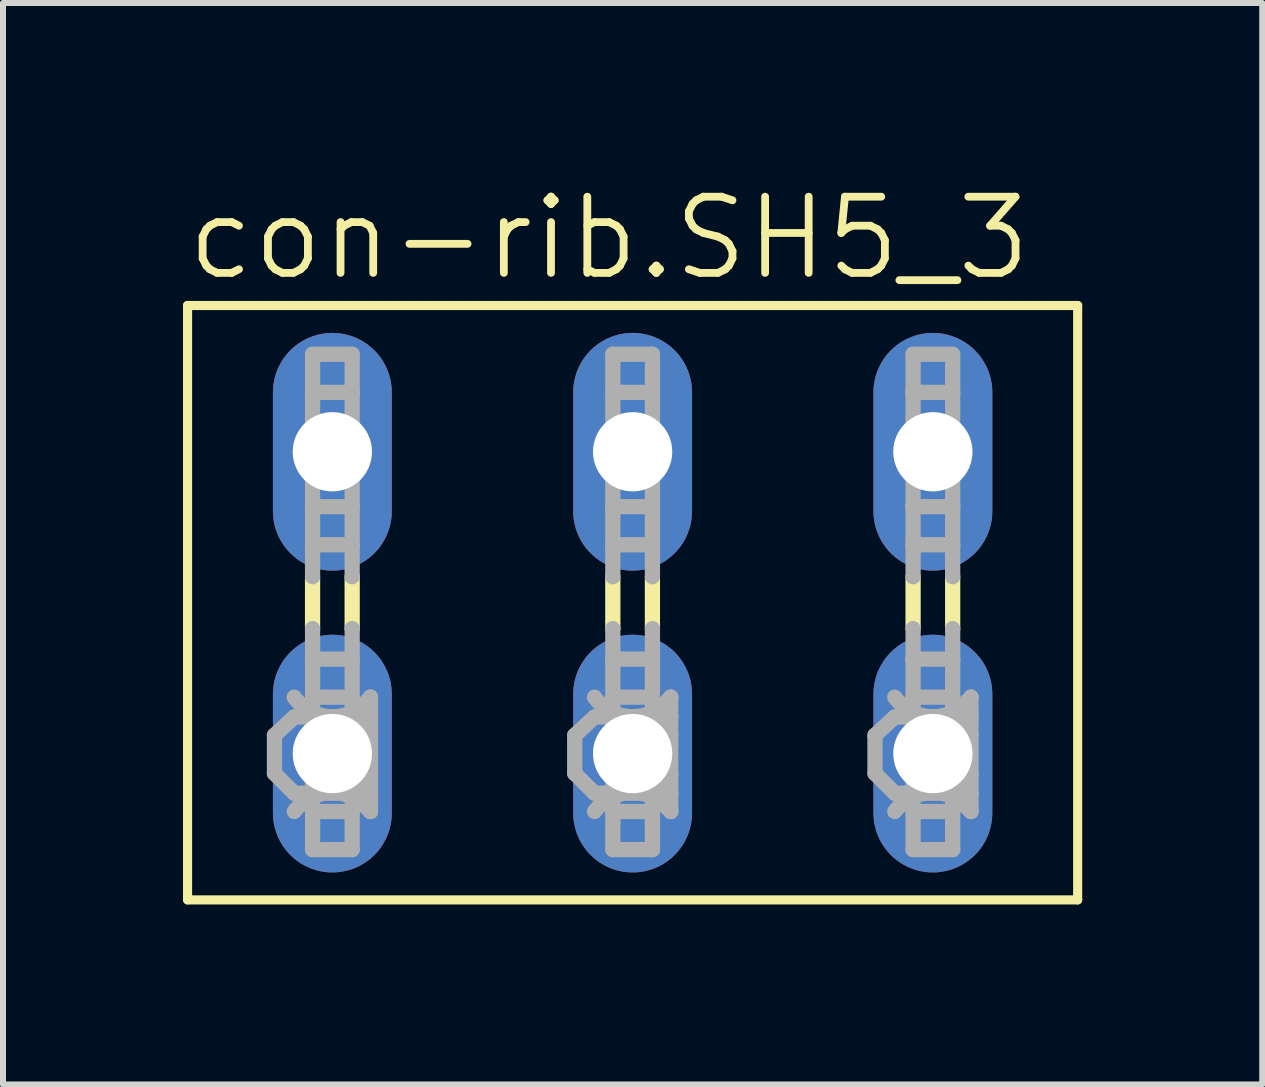
<source format=kicad_pcb>
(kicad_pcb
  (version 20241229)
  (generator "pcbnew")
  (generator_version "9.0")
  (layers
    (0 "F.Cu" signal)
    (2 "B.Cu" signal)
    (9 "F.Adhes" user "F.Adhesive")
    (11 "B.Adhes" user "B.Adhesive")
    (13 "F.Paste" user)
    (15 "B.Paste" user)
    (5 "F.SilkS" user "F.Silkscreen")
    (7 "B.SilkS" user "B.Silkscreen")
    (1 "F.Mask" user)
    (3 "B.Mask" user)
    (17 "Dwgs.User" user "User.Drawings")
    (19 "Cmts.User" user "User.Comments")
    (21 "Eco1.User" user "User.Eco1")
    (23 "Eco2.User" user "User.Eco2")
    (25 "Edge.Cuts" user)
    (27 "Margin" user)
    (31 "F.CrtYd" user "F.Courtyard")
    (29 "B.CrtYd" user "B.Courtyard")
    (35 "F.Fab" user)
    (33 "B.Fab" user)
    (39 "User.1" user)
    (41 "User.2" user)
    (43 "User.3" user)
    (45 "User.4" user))
  (footprint "con-rib.SH5_3"
    (layer "F.Cu")
    (at 7.493 6.994)
    (property "Reference" "con-rib.SH5_3" (at -7.493 -5.334 0) (layer "F.SilkS") (effects (font (size 1.27 1.27) (thickness 0.13)) (justify left bottom)))
    (attr through_hole)
    (fp_line (start -7.417 -4.953) (end -7.417 4.953) (stroke (width 0.152) (type default)) (layer "F.SilkS"))
    (fp_line (start -7.417 -4.953) (end 7.417 -4.953) (stroke (width 0.152) (type default)) (layer "F.SilkS"))
    (fp_line (start -5.334 0.432) (end -5.334 -0.432) (stroke (width 0.254) (type default)) (layer "F.SilkS"))
    (fp_line (start -4.674 0.432) (end -4.674 -0.432) (stroke (width 0.254) (type default)) (layer "F.SilkS"))
    (fp_line (start -0.33 0.432) (end -0.33 -0.432) (stroke (width 0.254) (type default)) (layer "F.SilkS"))
    (fp_line (start 0.33 0.432) (end 0.33 -0.432) (stroke (width 0.254) (type default)) (layer "F.SilkS"))
    (fp_line (start 4.674 0.432) (end 4.674 -0.432) (stroke (width 0.254) (type default)) (layer "F.SilkS"))
    (fp_line (start 5.334 0.432) (end 5.334 -0.432) (stroke (width 0.254) (type default)) (layer "F.SilkS"))
    (fp_line (start 7.417 4.953) (end -7.417 4.953) (stroke (width 0.152) (type default)) (layer "F.SilkS"))
    (fp_line (start 7.417 4.953) (end 7.417 -4.953) (stroke (width 0.152) (type default)) (layer "F.SilkS"))
    (fp_line (start -5.969 2.21) (end -5.639 1.905) (stroke (width 0.254) (type default)) (layer "F.Fab"))
    (fp_line (start -5.969 2.845) (end -5.969 2.21) (stroke (width 0.254) (type default)) (layer "F.Fab"))
    (fp_line (start -5.969 2.845) (end -5.639 3.175) (stroke (width 0.254) (type default)) (layer "F.Fab"))
    (fp_line (start -5.334 -4.14) (end -4.674 -4.14) (stroke (width 0.254) (type default)) (layer "F.Fab"))
    (fp_line (start -5.334 -3.505) (end -5.334 -4.14) (stroke (width 0.254) (type default)) (layer "F.Fab"))
    (fp_line (start -5.334 -3.505) (end -5.334 -1.6) (stroke (width 0.254) (type default)) (layer "F.Fab"))
    (fp_line (start -5.334 -1.6) (end -5.334 -0.965) (stroke (width 0.254) (type default)) (layer "F.Fab"))
    (fp_line (start -5.334 -1.6) (end -4.674 -1.6) (stroke (width 0.254) (type default)) (layer "F.Fab"))
    (fp_line (start -5.334 -0.965) (end -4.674 -0.965) (stroke (width 0.254) (type default)) (layer "F.Fab"))
    (fp_line (start -5.334 -0.432) (end -5.334 -0.965) (stroke (width 0.254) (type default)) (layer "F.Fab"))
    (fp_line (start -5.334 0.94) (end -5.334 0.432) (stroke (width 0.254) (type default)) (layer "F.Fab"))
    (fp_line (start -5.334 0.94) (end -4.674 0.94) (stroke (width 0.254) (type default)) (layer "F.Fab"))
    (fp_line (start -5.334 1.575) (end -5.334 0.94) (stroke (width 0.254) (type default)) (layer "F.Fab"))
    (fp_line (start -5.334 1.575) (end -5.334 3.48) (stroke (width 0.254) (type default)) (layer "F.Fab"))
    (fp_line (start -5.334 3.48) (end -5.334 4.115) (stroke (width 0.254) (type default)) (layer "F.Fab"))
    (fp_line (start -5.334 3.48) (end -4.674 3.48) (stroke (width 0.254) (type default)) (layer "F.Fab"))
    (fp_line (start -5.334 4.115) (end -4.674 4.115) (stroke (width 0.254) (type default)) (layer "F.Fab"))
    (fp_line (start -4.674 -4.14) (end -4.674 -3.505) (stroke (width 0.254) (type default)) (layer "F.Fab"))
    (fp_line (start -4.674 -3.505) (end -5.334 -3.505) (stroke (width 0.254) (type default)) (layer "F.Fab"))
    (fp_line (start -4.674 -1.6) (end -4.674 -3.505) (stroke (width 0.254) (type default)) (layer "F.Fab"))
    (fp_line (start -4.674 -0.965) (end -4.674 -1.6) (stroke (width 0.254) (type default)) (layer "F.Fab"))
    (fp_line (start -4.674 -0.432) (end -4.674 -0.965) (stroke (width 0.254) (type default)) (layer "F.Fab"))
    (fp_line (start -4.674 0.94) (end -4.674 0.432) (stroke (width 0.254) (type default)) (layer "F.Fab"))
    (fp_line (start -4.674 0.94) (end -4.674 1.575) (stroke (width 0.254) (type default)) (layer "F.Fab"))
    (fp_line (start -4.674 1.575) (end -5.334 1.575) (stroke (width 0.254) (type default)) (layer "F.Fab"))
    (fp_line (start -4.674 1.905) (end -5.639 1.905) (stroke (width 0.254) (type default)) (layer "F.Fab"))
    (fp_line (start -4.674 1.905) (end -4.674 1.575) (stroke (width 0.254) (type default)) (layer "F.Fab"))
    (fp_line (start -4.674 1.905) (end -4.369 1.575) (stroke (width 0.254) (type default)) (layer "F.Fab"))
    (fp_line (start -4.674 1.905) (end -4.369 2.21) (stroke (width 0.254) (type default)) (layer "F.Fab"))
    (fp_line (start -4.674 3.175) (end -5.639 3.175) (stroke (width 0.254) (type default)) (layer "F.Fab"))
    (fp_line (start -4.674 3.175) (end -4.674 1.905) (stroke (width 0.254) (type default)) (layer "F.Fab"))
    (fp_line (start -4.674 3.175) (end -4.369 2.845) (stroke (width 0.254) (type default)) (layer "F.Fab"))
    (fp_line (start -4.674 3.175) (end -4.369 3.48) (stroke (width 0.254) (type default)) (layer "F.Fab"))
    (fp_line (start -4.674 3.48) (end -4.674 3.175) (stroke (width 0.254) (type default)) (layer "F.Fab"))
    (fp_line (start -4.674 4.115) (end -4.674 3.48) (stroke (width 0.254) (type default)) (layer "F.Fab"))
    (fp_line (start -4.369 1.905) (end -4.674 1.905) (stroke (width 0.254) (type default)) (layer "F.Fab"))
    (fp_line (start -4.369 1.905) (end -4.369 1.575) (stroke (width 0.254) (type default)) (layer "F.Fab"))
    (fp_line (start -4.369 2.21) (end -4.369 1.905) (stroke (width 0.254) (type default)) (layer "F.Fab"))
    (fp_line (start -4.369 2.845) (end -4.369 2.21) (stroke (width 0.254) (type default)) (layer "F.Fab"))
    (fp_line (start -4.369 3.175) (end -4.674 3.175) (stroke (width 0.254) (type default)) (layer "F.Fab"))
    (fp_line (start -4.369 3.175) (end -4.369 2.845) (stroke (width 0.254) (type default)) (layer "F.Fab"))
    (fp_line (start -4.369 3.48) (end -4.369 3.175) (stroke (width 0.254) (type default)) (layer "F.Fab"))
    (fp_line (start -0.965 2.21) (end -0.635 1.905) (stroke (width 0.254) (type default)) (layer "F.Fab"))
    (fp_line (start -0.965 2.845) (end -0.965 2.21) (stroke (width 0.254) (type default)) (layer "F.Fab"))
    (fp_line (start -0.965 2.845) (end -0.635 3.175) (stroke (width 0.254) (type default)) (layer "F.Fab"))
    (fp_line (start -0.33 -4.14) (end 0.33 -4.14) (stroke (width 0.254) (type default)) (layer "F.Fab"))
    (fp_line (start -0.33 -3.505) (end -0.33 -4.14) (stroke (width 0.254) (type default)) (layer "F.Fab"))
    (fp_line (start -0.33 -3.505) (end -0.33 -1.6) (stroke (width 0.254) (type default)) (layer "F.Fab"))
    (fp_line (start -0.33 -1.6) (end -0.33 -0.965) (stroke (width 0.254) (type default)) (layer "F.Fab"))
    (fp_line (start -0.33 -1.6) (end 0.33 -1.6) (stroke (width 0.254) (type default)) (layer "F.Fab"))
    (fp_line (start -0.33 -0.965) (end 0.33 -0.965) (stroke (width 0.254) (type default)) (layer "F.Fab"))
    (fp_line (start -0.33 -0.432) (end -0.33 -0.965) (stroke (width 0.254) (type default)) (layer "F.Fab"))
    (fp_line (start -0.33 0.94) (end -0.33 0.432) (stroke (width 0.254) (type default)) (layer "F.Fab"))
    (fp_line (start -0.33 0.94) (end 0.33 0.94) (stroke (width 0.254) (type default)) (layer "F.Fab"))
    (fp_line (start -0.33 1.575) (end -0.33 0.94) (stroke (width 0.254) (type default)) (layer "F.Fab"))
    (fp_line (start -0.33 1.575) (end -0.33 3.48) (stroke (width 0.254) (type default)) (layer "F.Fab"))
    (fp_line (start -0.33 3.48) (end -0.33 4.115) (stroke (width 0.254) (type default)) (layer "F.Fab"))
    (fp_line (start -0.33 3.48) (end 0.33 3.48) (stroke (width 0.254) (type default)) (layer "F.Fab"))
    (fp_line (start -0.33 4.115) (end 0.33 4.115) (stroke (width 0.254) (type default)) (layer "F.Fab"))
    (fp_line (start 0.33 -4.14) (end 0.33 -3.505) (stroke (width 0.254) (type default)) (layer "F.Fab"))
    (fp_line (start 0.33 -3.505) (end -0.33 -3.505) (stroke (width 0.254) (type default)) (layer "F.Fab"))
    (fp_line (start 0.33 -1.6) (end 0.33 -3.505) (stroke (width 0.254) (type default)) (layer "F.Fab"))
    (fp_line (start 0.33 -0.965) (end 0.33 -1.6) (stroke (width 0.254) (type default)) (layer "F.Fab"))
    (fp_line (start 0.33 -0.432) (end 0.33 -0.965) (stroke (width 0.254) (type default)) (layer "F.Fab"))
    (fp_line (start 0.33 0.94) (end 0.33 0.432) (stroke (width 0.254) (type default)) (layer "F.Fab"))
    (fp_line (start 0.33 0.94) (end 0.33 1.575) (stroke (width 0.254) (type default)) (layer "F.Fab"))
    (fp_line (start 0.33 1.575) (end -0.33 1.575) (stroke (width 0.254) (type default)) (layer "F.Fab"))
    (fp_line (start 0.33 1.905) (end -0.635 1.905) (stroke (width 0.254) (type default)) (layer "F.Fab"))
    (fp_line (start 0.33 1.905) (end 0.33 1.575) (stroke (width 0.254) (type default)) (layer "F.Fab"))
    (fp_line (start 0.33 1.905) (end 0.635 1.575) (stroke (width 0.254) (type default)) (layer "F.Fab"))
    (fp_line (start 0.33 1.905) (end 0.635 2.21) (stroke (width 0.254) (type default)) (layer "F.Fab"))
    (fp_line (start 0.33 3.175) (end -0.635 3.175) (stroke (width 0.254) (type default)) (layer "F.Fab"))
    (fp_line (start 0.33 3.175) (end 0.33 1.905) (stroke (width 0.254) (type default)) (layer "F.Fab"))
    (fp_line (start 0.33 3.175) (end 0.635 2.845) (stroke (width 0.254) (type default)) (layer "F.Fab"))
    (fp_line (start 0.33 3.175) (end 0.635 3.48) (stroke (width 0.254) (type default)) (layer "F.Fab"))
    (fp_line (start 0.33 3.48) (end 0.33 3.175) (stroke (width 0.254) (type default)) (layer "F.Fab"))
    (fp_line (start 0.33 4.115) (end 0.33 3.48) (stroke (width 0.254) (type default)) (layer "F.Fab"))
    (fp_line (start 0.635 1.905) (end 0.33 1.905) (stroke (width 0.254) (type default)) (layer "F.Fab"))
    (fp_line (start 0.635 1.905) (end 0.635 1.575) (stroke (width 0.254) (type default)) (layer "F.Fab"))
    (fp_line (start 0.635 2.21) (end 0.635 1.905) (stroke (width 0.254) (type default)) (layer "F.Fab"))
    (fp_line (start 0.635 2.845) (end 0.635 2.21) (stroke (width 0.254) (type default)) (layer "F.Fab"))
    (fp_line (start 0.635 3.175) (end 0.33 3.175) (stroke (width 0.254) (type default)) (layer "F.Fab"))
    (fp_line (start 0.635 3.175) (end 0.635 2.845) (stroke (width 0.254) (type default)) (layer "F.Fab"))
    (fp_line (start 0.635 3.48) (end 0.635 3.175) (stroke (width 0.254) (type default)) (layer "F.Fab"))
    (fp_line (start 4.039 2.21) (end 4.369 1.905) (stroke (width 0.254) (type default)) (layer "F.Fab"))
    (fp_line (start 4.039 2.845) (end 4.039 2.21) (stroke (width 0.254) (type default)) (layer "F.Fab"))
    (fp_line (start 4.039 2.845) (end 4.369 3.175) (stroke (width 0.254) (type default)) (layer "F.Fab"))
    (fp_line (start 4.674 -4.14) (end 5.334 -4.14) (stroke (width 0.254) (type default)) (layer "F.Fab"))
    (fp_line (start 4.674 -3.505) (end 4.674 -4.14) (stroke (width 0.254) (type default)) (layer "F.Fab"))
    (fp_line (start 4.674 -3.505) (end 4.674 -1.6) (stroke (width 0.254) (type default)) (layer "F.Fab"))
    (fp_line (start 4.674 -1.6) (end 4.674 -0.965) (stroke (width 0.254) (type default)) (layer "F.Fab"))
    (fp_line (start 4.674 -1.6) (end 5.334 -1.6) (stroke (width 0.254) (type default)) (layer "F.Fab"))
    (fp_line (start 4.674 -0.965) (end 5.334 -0.965) (stroke (width 0.254) (type default)) (layer "F.Fab"))
    (fp_line (start 4.674 -0.432) (end 4.674 -0.965) (stroke (width 0.254) (type default)) (layer "F.Fab"))
    (fp_line (start 4.674 0.94) (end 4.674 0.432) (stroke (width 0.254) (type default)) (layer "F.Fab"))
    (fp_line (start 4.674 0.94) (end 5.334 0.94) (stroke (width 0.254) (type default)) (layer "F.Fab"))
    (fp_line (start 4.674 1.575) (end 4.674 0.94) (stroke (width 0.254) (type default)) (layer "F.Fab"))
    (fp_line (start 4.674 1.575) (end 4.674 3.48) (stroke (width 0.254) (type default)) (layer "F.Fab"))
    (fp_line (start 4.674 3.48) (end 4.674 4.115) (stroke (width 0.254) (type default)) (layer "F.Fab"))
    (fp_line (start 4.674 3.48) (end 5.334 3.48) (stroke (width 0.254) (type default)) (layer "F.Fab"))
    (fp_line (start 4.674 4.115) (end 5.334 4.115) (stroke (width 0.254) (type default)) (layer "F.Fab"))
    (fp_line (start 5.334 -4.14) (end 5.334 -3.505) (stroke (width 0.254) (type default)) (layer "F.Fab"))
    (fp_line (start 5.334 -3.505) (end 4.674 -3.505) (stroke (width 0.254) (type default)) (layer "F.Fab"))
    (fp_line (start 5.334 -1.6) (end 5.334 -3.505) (stroke (width 0.254) (type default)) (layer "F.Fab"))
    (fp_line (start 5.334 -0.965) (end 5.334 -1.6) (stroke (width 0.254) (type default)) (layer "F.Fab"))
    (fp_line (start 5.334 -0.432) (end 5.334 -0.965) (stroke (width 0.254) (type default)) (layer "F.Fab"))
    (fp_line (start 5.334 0.94) (end 5.334 0.432) (stroke (width 0.254) (type default)) (layer "F.Fab"))
    (fp_line (start 5.334 0.94) (end 5.334 1.575) (stroke (width 0.254) (type default)) (layer "F.Fab"))
    (fp_line (start 5.334 1.575) (end 4.674 1.575) (stroke (width 0.254) (type default)) (layer "F.Fab"))
    (fp_line (start 5.334 1.905) (end 4.369 1.905) (stroke (width 0.254) (type default)) (layer "F.Fab"))
    (fp_line (start 5.334 1.905) (end 5.334 1.575) (stroke (width 0.254) (type default)) (layer "F.Fab"))
    (fp_line (start 5.334 1.905) (end 5.639 1.575) (stroke (width 0.254) (type default)) (layer "F.Fab"))
    (fp_line (start 5.334 1.905) (end 5.639 2.21) (stroke (width 0.254) (type default)) (layer "F.Fab"))
    (fp_line (start 5.334 3.175) (end 4.369 3.175) (stroke (width 0.254) (type default)) (layer "F.Fab"))
    (fp_line (start 5.334 3.175) (end 5.334 1.905) (stroke (width 0.254) (type default)) (layer "F.Fab"))
    (fp_line (start 5.334 3.175) (end 5.639 2.845) (stroke (width 0.254) (type default)) (layer "F.Fab"))
    (fp_line (start 5.334 3.175) (end 5.639 3.48) (stroke (width 0.254) (type default)) (layer "F.Fab"))
    (fp_line (start 5.334 3.48) (end 5.334 3.175) (stroke (width 0.254) (type default)) (layer "F.Fab"))
    (fp_line (start 5.334 4.115) (end 5.334 3.48) (stroke (width 0.254) (type default)) (layer "F.Fab"))
    (fp_line (start 5.639 1.905) (end 5.334 1.905) (stroke (width 0.254) (type default)) (layer "F.Fab"))
    (fp_line (start 5.639 1.905) (end 5.639 1.575) (stroke (width 0.254) (type default)) (layer "F.Fab"))
    (fp_line (start 5.639 2.21) (end 5.639 1.905) (stroke (width 0.254) (type default)) (layer "F.Fab"))
    (fp_line (start 5.639 2.845) (end 5.639 2.21) (stroke (width 0.254) (type default)) (layer "F.Fab"))
    (fp_line (start 5.639 3.175) (end 5.334 3.175) (stroke (width 0.254) (type default)) (layer "F.Fab"))
    (fp_line (start 5.639 3.175) (end 5.639 2.845) (stroke (width 0.254) (type default)) (layer "F.Fab"))
    (fp_line (start 5.639 3.48) (end 5.639 3.175) (stroke (width 0.254) (type default)) (layer "F.Fab"))
    (fp_arc (start -5.6388 3.4798) (mid -5.0038 3.164824) (end -4.3688 3.4798) (stroke (width 0.254) (type default)) (layer "F.Fab"))
    (fp_arc (start -4.3688 1.5748) (mid -5.0038 1.900068) (end -5.6388 1.5748) (stroke (width 0.254) (type default)) (layer "F.Fab"))
    (fp_arc (start -0.635 3.4798) (mid 0 3.164824) (end 0.635 3.4798) (stroke (width 0.254) (type default)) (layer "F.Fab"))
    (fp_arc (start 0.635 1.5748) (mid 0 1.900068) (end -0.635 1.5748) (stroke (width 0.254) (type default)) (layer "F.Fab"))
    (fp_arc (start 4.3688 3.4798) (mid 5.0038 3.164824) (end 5.6388 3.4798) (stroke (width 0.254) (type default)) (layer "F.Fab"))
    (fp_arc (start 5.6388 1.5748) (mid 5.0038 1.900068) (end 4.3688 1.5748) (stroke (width 0.254) (type default)) (layer "F.Fab"))
    (pad "1" thru_hole oval (at -5.004 2.515 90) (size 3.962 1.981) (drill 1.321) (layers "*.Cu" "*.Mask"))
    (pad "2" thru_hole oval (at -5.004 -2.515 90) (size 3.962 1.981) (drill 1.321) (layers "*.Cu" "*.Mask"))
    (pad "3" thru_hole oval (at 0 2.515 90) (size 3.962 1.981) (drill 1.321) (layers "*.Cu" "*.Mask"))
    (pad "4" thru_hole oval (at 0 -2.515 90) (size 3.962 1.981) (drill 1.321) (layers "*.Cu" "*.Mask"))
    (pad "5" thru_hole oval (at 5.004 2.515 90) (size 3.962 1.981) (drill 1.321) (layers "*.Cu" "*.Mask"))
    (pad "6" thru_hole oval (at 5.004 -2.515 90) (size 3.962 1.981) (drill 1.321) (layers "*.Cu" "*.Mask")))
  (gr_rect
    (start -3 -3)
    (end 17.986 15.023)
    (stroke (width 0.1) (type default))
    (fill no)
    (layer "Edge.Cuts")))
</source>
